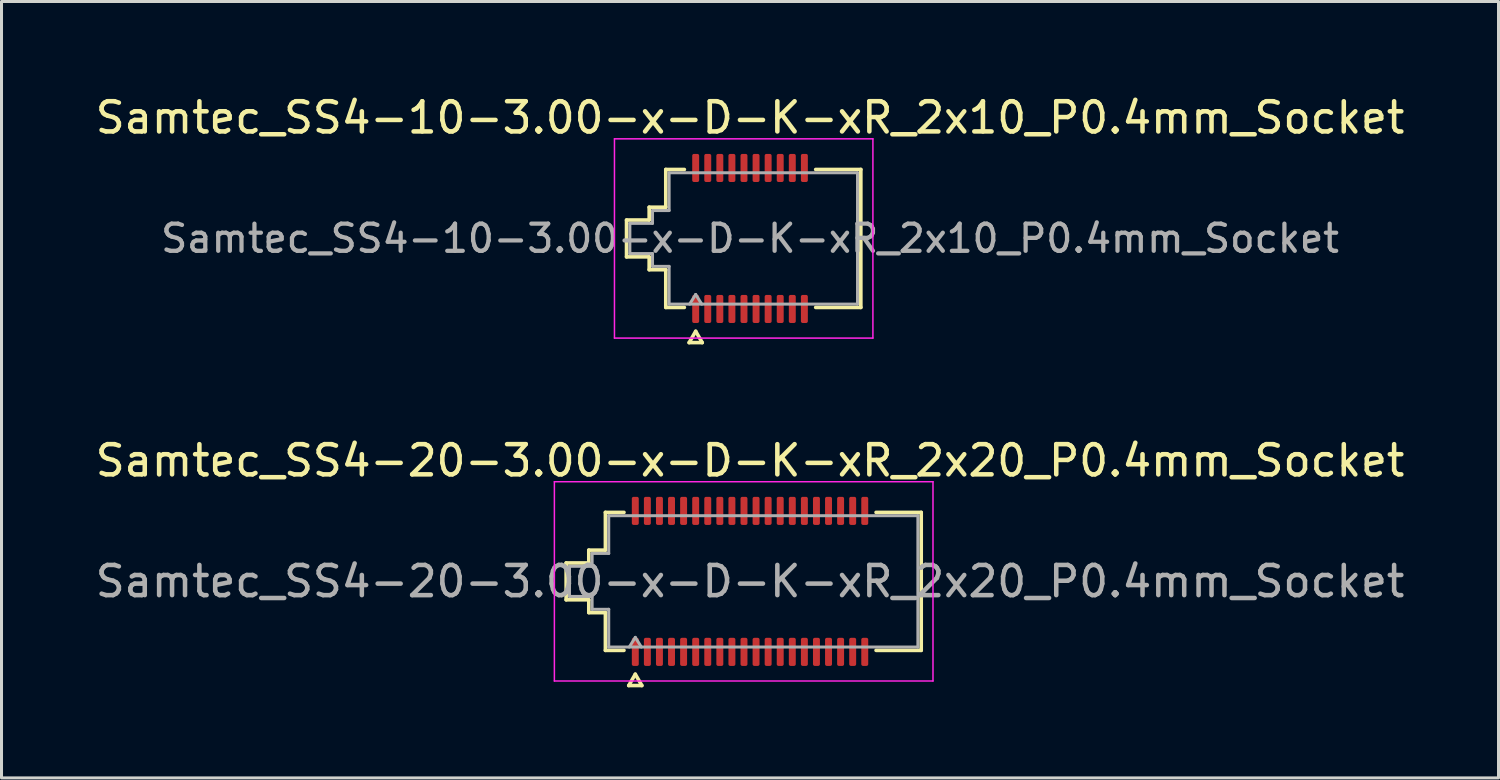
<source format=kicad_pcb>
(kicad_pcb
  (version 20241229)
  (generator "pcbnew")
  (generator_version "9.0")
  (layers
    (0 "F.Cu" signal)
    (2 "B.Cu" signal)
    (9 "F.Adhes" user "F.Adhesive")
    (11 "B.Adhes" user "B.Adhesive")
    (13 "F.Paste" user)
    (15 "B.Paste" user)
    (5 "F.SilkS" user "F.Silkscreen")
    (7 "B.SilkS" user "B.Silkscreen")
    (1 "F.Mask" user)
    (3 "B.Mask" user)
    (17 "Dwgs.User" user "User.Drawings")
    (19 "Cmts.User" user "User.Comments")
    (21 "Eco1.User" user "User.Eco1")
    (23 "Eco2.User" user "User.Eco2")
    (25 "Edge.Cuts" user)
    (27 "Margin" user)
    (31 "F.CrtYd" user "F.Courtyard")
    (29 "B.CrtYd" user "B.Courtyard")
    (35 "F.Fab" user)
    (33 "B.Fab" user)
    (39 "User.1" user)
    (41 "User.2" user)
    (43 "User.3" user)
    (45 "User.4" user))
  (footprint "Samtec_SS4-20-3.00-x-D-K-xR_2x20_P0.4mm_Socket"
    (layer "F.Cu")
    (at 21.792 16.206)
    (property "Reference" "Samtec_SS4-20-3.00-x-D-K-xR_2x20_P0.4mm_Socket" (at 0 -4 0) (layer "F.SilkS") (effects (font (size 1 1) (thickness 0.15))))
    (attr smd)
    (fp_line (start -6.09 -0.61) (end -5.34 -0.61) (stroke (width 0.12) (type solid)) (layer "F.SilkS"))
    (fp_line (start -6.09 0.61) (end -6.09 -0.61) (stroke (width 0.12) (type solid)) (layer "F.SilkS"))
    (fp_line (start -5.34 -1.035) (end -4.79 -1.035) (stroke (width 0.12) (type solid)) (layer "F.SilkS"))
    (fp_line (start -5.34 -0.61) (end -5.34 -1.035) (stroke (width 0.12) (type solid)) (layer "F.SilkS"))
    (fp_line (start -5.34 0.61) (end -6.09 0.61) (stroke (width 0.12) (type solid)) (layer "F.SilkS"))
    (fp_line (start -5.34 1.035) (end -5.34 0.61) (stroke (width 0.12) (type solid)) (layer "F.SilkS"))
    (fp_line (start -4.79 -2.285) (end -4.175 -2.285) (stroke (width 0.12) (type solid)) (layer "F.SilkS"))
    (fp_line (start -4.79 -1.035) (end -4.79 -2.285) (stroke (width 0.12) (type solid)) (layer "F.SilkS"))
    (fp_line (start -4.79 1.035) (end -5.34 1.035) (stroke (width 0.12) (type solid)) (layer "F.SilkS"))
    (fp_line (start -4.79 2.285) (end -4.79 1.035) (stroke (width 0.12) (type solid)) (layer "F.SilkS"))
    (fp_line (start -4.175 2.285) (end -4.79 2.285) (stroke (width 0.12) (type solid)) (layer "F.SilkS"))
    (fp_line (start -4.017 3.45) (end -3.8 3.075) (stroke (width 0.12) (type solid)) (layer "F.SilkS"))
    (fp_line (start -3.8 3.075) (end -3.583 3.45) (stroke (width 0.12) (type solid)) (layer "F.SilkS"))
    (fp_line (start -3.583 3.45) (end -4.017 3.45) (stroke (width 0.12) (type solid)) (layer "F.SilkS"))
    (fp_line (start 4.175 -2.285) (end 5.67 -2.285) (stroke (width 0.12) (type solid)) (layer "F.SilkS"))
    (fp_line (start 5.67 -2.285) (end 5.67 2.285) (stroke (width 0.12) (type solid)) (layer "F.SilkS"))
    (fp_line (start 5.67 2.285) (end 4.175 2.285) (stroke (width 0.12) (type solid)) (layer "F.SilkS"))
    (fp_line (start -6.48 -3.3) (end -6.48 3.3) (stroke (width 0.05) (type solid)) (layer "F.CrtYd"))
    (fp_line (start -6.48 3.3) (end 6.06 3.3) (stroke (width 0.05) (type solid)) (layer "F.CrtYd"))
    (fp_line (start 6.06 -3.3) (end -6.48 -3.3) (stroke (width 0.05) (type solid)) (layer "F.CrtYd"))
    (fp_line (start 6.06 3.3) (end 6.06 -3.3) (stroke (width 0.05) (type solid)) (layer "F.CrtYd"))
    (fp_line (start -5.98 -0.5) (end -5.23 -0.5) (stroke (width 0.1) (type solid)) (layer "F.Fab"))
    (fp_line (start -5.98 0.5) (end -5.98 -0.5) (stroke (width 0.1) (type solid)) (layer "F.Fab"))
    (fp_line (start -5.23 -0.925) (end -4.68 -0.925) (stroke (width 0.1) (type solid)) (layer "F.Fab"))
    (fp_line (start -5.23 -0.5) (end -5.23 -0.925) (stroke (width 0.1) (type solid)) (layer "F.Fab"))
    (fp_line (start -5.23 0.5) (end -5.98 0.5) (stroke (width 0.1) (type solid)) (layer "F.Fab"))
    (fp_line (start -5.23 0.925) (end -5.23 0.5) (stroke (width 0.1) (type solid)) (layer "F.Fab"))
    (fp_line (start -4.68 -2.175) (end 5.56 -2.175) (stroke (width 0.1) (type solid)) (layer "F.Fab"))
    (fp_line (start -4.68 -0.925) (end -4.68 -2.175) (stroke (width 0.1) (type solid)) (layer "F.Fab"))
    (fp_line (start -4.68 0.925) (end -5.23 0.925) (stroke (width 0.1) (type solid)) (layer "F.Fab"))
    (fp_line (start -4.68 2.175) (end -4.68 0.925) (stroke (width 0.1) (type solid)) (layer "F.Fab"))
    (fp_line (start -4 2.175) (end -3.8 1.855) (stroke (width 0.1) (type solid)) (layer "F.Fab"))
    (fp_line (start -3.8 1.855) (end -3.6 2.175) (stroke (width 0.1) (type solid)) (layer "F.Fab"))
    (fp_line (start 5.56 -2.175) (end 5.56 2.175) (stroke (width 0.1) (type solid)) (layer "F.Fab"))
    (fp_line (start 5.56 2.175) (end -4.68 2.175) (stroke (width 0.1) (type solid)) (layer "F.Fab"))
    (fp_text user "${REFERENCE}" (at 0 0 0) (layer "F.Fab") (effects (font (size 1 1) (thickness 0.15))))
    (pad "1" smd roundrect (at -3.8 2.335) (size 0.23 0.93) (layers "F.Cu" "F.Mask" "F.Paste") (roundrect_rratio 0.25))
    (pad "2" smd roundrect (at -3.8 -2.335) (size 0.23 0.93) (layers "F.Cu" "F.Mask" "F.Paste") (roundrect_rratio 0.25))
    (pad "3" smd roundrect (at -3.4 2.335) (size 0.23 0.93) (layers "F.Cu" "F.Mask" "F.Paste") (roundrect_rratio 0.25))
    (pad "4" smd roundrect (at -3.4 -2.335) (size 0.23 0.93) (layers "F.Cu" "F.Mask" "F.Paste") (roundrect_rratio 0.25))
    (pad "5" smd roundrect (at -3 2.335) (size 0.23 0.93) (layers "F.Cu" "F.Mask" "F.Paste") (roundrect_rratio 0.25))
    (pad "6" smd roundrect (at -3 -2.335) (size 0.23 0.93) (layers "F.Cu" "F.Mask" "F.Paste") (roundrect_rratio 0.25))
    (pad "7" smd roundrect (at -2.6 2.335) (size 0.23 0.93) (layers "F.Cu" "F.Mask" "F.Paste") (roundrect_rratio 0.25))
    (pad "8" smd roundrect (at -2.6 -2.335) (size 0.23 0.93) (layers "F.Cu" "F.Mask" "F.Paste") (roundrect_rratio 0.25))
    (pad "9" smd roundrect (at -2.2 2.335) (size 0.23 0.93) (layers "F.Cu" "F.Mask" "F.Paste") (roundrect_rratio 0.25))
    (pad "10" smd roundrect (at -2.2 -2.335) (size 0.23 0.93) (layers "F.Cu" "F.Mask" "F.Paste") (roundrect_rratio 0.25))
    (pad "11" smd roundrect (at -1.8 2.335) (size 0.23 0.93) (layers "F.Cu" "F.Mask" "F.Paste") (roundrect_rratio 0.25))
    (pad "12" smd roundrect (at -1.8 -2.335) (size 0.23 0.93) (layers "F.Cu" "F.Mask" "F.Paste") (roundrect_rratio 0.25))
    (pad "13" smd roundrect (at -1.4 2.335) (size 0.23 0.93) (layers "F.Cu" "F.Mask" "F.Paste") (roundrect_rratio 0.25))
    (pad "14" smd roundrect (at -1.4 -2.335) (size 0.23 0.93) (layers "F.Cu" "F.Mask" "F.Paste") (roundrect_rratio 0.25))
    (pad "15" smd roundrect (at -1 2.335) (size 0.23 0.93) (layers "F.Cu" "F.Mask" "F.Paste") (roundrect_rratio 0.25))
    (pad "16" smd roundrect (at -1 -2.335) (size 0.23 0.93) (layers "F.Cu" "F.Mask" "F.Paste") (roundrect_rratio 0.25))
    (pad "17" smd roundrect (at -0.6 2.335) (size 0.23 0.93) (layers "F.Cu" "F.Mask" "F.Paste") (roundrect_rratio 0.25))
    (pad "18" smd roundrect (at -0.6 -2.335) (size 0.23 0.93) (layers "F.Cu" "F.Mask" "F.Paste") (roundrect_rratio 0.25))
    (pad "19" smd roundrect (at -0.2 2.335) (size 0.23 0.93) (layers "F.Cu" "F.Mask" "F.Paste") (roundrect_rratio 0.25))
    (pad "20" smd roundrect (at -0.2 -2.335) (size 0.23 0.93) (layers "F.Cu" "F.Mask" "F.Paste") (roundrect_rratio 0.25))
    (pad "21" smd roundrect (at 0.2 2.335) (size 0.23 0.93) (layers "F.Cu" "F.Mask" "F.Paste") (roundrect_rratio 0.25))
    (pad "22" smd roundrect (at 0.2 -2.335) (size 0.23 0.93) (layers "F.Cu" "F.Mask" "F.Paste") (roundrect_rratio 0.25))
    (pad "23" smd roundrect (at 0.6 2.335) (size 0.23 0.93) (layers "F.Cu" "F.Mask" "F.Paste") (roundrect_rratio 0.25))
    (pad "24" smd roundrect (at 0.6 -2.335) (size 0.23 0.93) (layers "F.Cu" "F.Mask" "F.Paste") (roundrect_rratio 0.25))
    (pad "25" smd roundrect (at 1 2.335) (size 0.23 0.93) (layers "F.Cu" "F.Mask" "F.Paste") (roundrect_rratio 0.25))
    (pad "26" smd roundrect (at 1 -2.335) (size 0.23 0.93) (layers "F.Cu" "F.Mask" "F.Paste") (roundrect_rratio 0.25))
    (pad "27" smd roundrect (at 1.4 2.335) (size 0.23 0.93) (layers "F.Cu" "F.Mask" "F.Paste") (roundrect_rratio 0.25))
    (pad "28" smd roundrect (at 1.4 -2.335) (size 0.23 0.93) (layers "F.Cu" "F.Mask" "F.Paste") (roundrect_rratio 0.25))
    (pad "29" smd roundrect (at 1.8 2.335) (size 0.23 0.93) (layers "F.Cu" "F.Mask" "F.Paste") (roundrect_rratio 0.25))
    (pad "30" smd roundrect (at 1.8 -2.335) (size 0.23 0.93) (layers "F.Cu" "F.Mask" "F.Paste") (roundrect_rratio 0.25))
    (pad "31" smd roundrect (at 2.2 2.335) (size 0.23 0.93) (layers "F.Cu" "F.Mask" "F.Paste") (roundrect_rratio 0.25))
    (pad "32" smd roundrect (at 2.2 -2.335) (size 0.23 0.93) (layers "F.Cu" "F.Mask" "F.Paste") (roundrect_rratio 0.25))
    (pad "33" smd roundrect (at 2.6 2.335) (size 0.23 0.93) (layers "F.Cu" "F.Mask" "F.Paste") (roundrect_rratio 0.25))
    (pad "34" smd roundrect (at 2.6 -2.335) (size 0.23 0.93) (layers "F.Cu" "F.Mask" "F.Paste") (roundrect_rratio 0.25))
    (pad "35" smd roundrect (at 3 2.335) (size 0.23 0.93) (layers "F.Cu" "F.Mask" "F.Paste") (roundrect_rratio 0.25))
    (pad "36" smd roundrect (at 3 -2.335) (size 0.23 0.93) (layers "F.Cu" "F.Mask" "F.Paste") (roundrect_rratio 0.25))
    (pad "37" smd roundrect (at 3.4 2.335) (size 0.23 0.93) (layers "F.Cu" "F.Mask" "F.Paste") (roundrect_rratio 0.25))
    (pad "38" smd roundrect (at 3.4 -2.335) (size 0.23 0.93) (layers "F.Cu" "F.Mask" "F.Paste") (roundrect_rratio 0.25))
    (pad "39" smd roundrect (at 3.8 2.335) (size 0.23 0.93) (layers "F.Cu" "F.Mask" "F.Paste") (roundrect_rratio 0.25))
    (pad "40" smd roundrect (at 3.8 -2.335) (size 0.23 0.93) (layers "F.Cu" "F.Mask" "F.Paste") (roundrect_rratio 0.25))
    (zone (net_name "") (layer "F.Cu") (name "Via keepout") (hatch edge 0.5) (connect_pads) (min_thickness 0.25) (filled_areas_thickness no) (keepout (tracks not_allowed) (vias not_allowed) (pads allowed) (copperpour not_allowed) (footprints allowed)) (placement (enabled no)) (fill) (polygon (pts (xy 17.877 14.336) (xy 25.707 14.336) (xy 25.707 18.076) (xy 17.877 18.076)))))
  (footprint "Samtec_SS4-10-3.00-x-D-K-xR_2x10_P0.4mm_Socket"
    (layer "F.Cu")
    (at 21.792 4.848)
    (property "Reference" "Samtec_SS4-10-3.00-x-D-K-xR_2x10_P0.4mm_Socket" (at 0 -4 0) (layer "F.SilkS") (effects (font (size 1 1) (thickness 0.15))))
    (attr smd)
    (fp_line (start -4.09 -0.61) (end -3.34 -0.61) (stroke (width 0.12) (type solid)) (layer "F.SilkS"))
    (fp_line (start -4.09 0.61) (end -4.09 -0.61) (stroke (width 0.12) (type solid)) (layer "F.SilkS"))
    (fp_line (start -3.34 -1.035) (end -2.79 -1.035) (stroke (width 0.12) (type solid)) (layer "F.SilkS"))
    (fp_line (start -3.34 -0.61) (end -3.34 -1.035) (stroke (width 0.12) (type solid)) (layer "F.SilkS"))
    (fp_line (start -3.34 0.61) (end -4.09 0.61) (stroke (width 0.12) (type solid)) (layer "F.SilkS"))
    (fp_line (start -3.34 1.035) (end -3.34 0.61) (stroke (width 0.12) (type solid)) (layer "F.SilkS"))
    (fp_line (start -2.79 -2.285) (end -2.175 -2.285) (stroke (width 0.12) (type solid)) (layer "F.SilkS"))
    (fp_line (start -2.79 -1.035) (end -2.79 -2.285) (stroke (width 0.12) (type solid)) (layer "F.SilkS"))
    (fp_line (start -2.79 1.035) (end -3.34 1.035) (stroke (width 0.12) (type solid)) (layer "F.SilkS"))
    (fp_line (start -2.79 2.285) (end -2.79 1.035) (stroke (width 0.12) (type solid)) (layer "F.SilkS"))
    (fp_line (start -2.175 2.285) (end -2.79 2.285) (stroke (width 0.12) (type solid)) (layer "F.SilkS"))
    (fp_line (start -2.017 3.45) (end -1.8 3.075) (stroke (width 0.12) (type solid)) (layer "F.SilkS"))
    (fp_line (start -1.8 3.075) (end -1.583 3.45) (stroke (width 0.12) (type solid)) (layer "F.SilkS"))
    (fp_line (start -1.583 3.45) (end -2.017 3.45) (stroke (width 0.12) (type solid)) (layer "F.SilkS"))
    (fp_line (start 2.175 -2.285) (end 3.67 -2.285) (stroke (width 0.12) (type solid)) (layer "F.SilkS"))
    (fp_line (start 3.67 -2.285) (end 3.67 2.285) (stroke (width 0.12) (type solid)) (layer "F.SilkS"))
    (fp_line (start 3.67 2.285) (end 2.175 2.285) (stroke (width 0.12) (type solid)) (layer "F.SilkS"))
    (fp_line (start -4.49 -3.3) (end -4.49 3.3) (stroke (width 0.05) (type solid)) (layer "F.CrtYd"))
    (fp_line (start -4.49 3.3) (end 4.07 3.3) (stroke (width 0.05) (type solid)) (layer "F.CrtYd"))
    (fp_line (start 4.07 -3.3) (end -4.49 -3.3) (stroke (width 0.05) (type solid)) (layer "F.CrtYd"))
    (fp_line (start 4.07 3.3) (end 4.07 -3.3) (stroke (width 0.05) (type solid)) (layer "F.CrtYd"))
    (fp_line (start -3.98 -0.5) (end -3.23 -0.5) (stroke (width 0.1) (type solid)) (layer "F.Fab"))
    (fp_line (start -3.98 0.5) (end -3.98 -0.5) (stroke (width 0.1) (type solid)) (layer "F.Fab"))
    (fp_line (start -3.23 -0.925) (end -2.68 -0.925) (stroke (width 0.1) (type solid)) (layer "F.Fab"))
    (fp_line (start -3.23 -0.5) (end -3.23 -0.925) (stroke (width 0.1) (type solid)) (layer "F.Fab"))
    (fp_line (start -3.23 0.5) (end -3.98 0.5) (stroke (width 0.1) (type solid)) (layer "F.Fab"))
    (fp_line (start -3.23 0.925) (end -3.23 0.5) (stroke (width 0.1) (type solid)) (layer "F.Fab"))
    (fp_line (start -2.68 -2.175) (end 3.56 -2.175) (stroke (width 0.1) (type solid)) (layer "F.Fab"))
    (fp_line (start -2.68 -0.925) (end -2.68 -2.175) (stroke (width 0.1) (type solid)) (layer "F.Fab"))
    (fp_line (start -2.68 0.925) (end -3.23 0.925) (stroke (width 0.1) (type solid)) (layer "F.Fab"))
    (fp_line (start -2.68 2.175) (end -2.68 0.925) (stroke (width 0.1) (type solid)) (layer "F.Fab"))
    (fp_line (start -2 2.175) (end -1.8 1.855) (stroke (width 0.1) (type solid)) (layer "F.Fab"))
    (fp_line (start -1.8 1.855) (end -1.6 2.175) (stroke (width 0.1) (type solid)) (layer "F.Fab"))
    (fp_line (start 3.56 -2.175) (end 3.56 2.175) (stroke (width 0.1) (type solid)) (layer "F.Fab"))
    (fp_line (start 3.56 2.175) (end -2.68 2.175) (stroke (width 0.1) (type solid)) (layer "F.Fab"))
    (fp_text user "${REFERENCE}" (at 0 0 0) (layer "F.Fab") (effects (font (size 0.9 0.9) (thickness 0.14))))
    (pad "1" smd roundrect (at -1.8 2.335) (size 0.23 0.93) (layers "F.Cu" "F.Mask" "F.Paste") (roundrect_rratio 0.25))
    (pad "2" smd roundrect (at -1.8 -2.335) (size 0.23 0.93) (layers "F.Cu" "F.Mask" "F.Paste") (roundrect_rratio 0.25))
    (pad "3" smd roundrect (at -1.4 2.335) (size 0.23 0.93) (layers "F.Cu" "F.Mask" "F.Paste") (roundrect_rratio 0.25))
    (pad "4" smd roundrect (at -1.4 -2.335) (size 0.23 0.93) (layers "F.Cu" "F.Mask" "F.Paste") (roundrect_rratio 0.25))
    (pad "5" smd roundrect (at -1 2.335) (size 0.23 0.93) (layers "F.Cu" "F.Mask" "F.Paste") (roundrect_rratio 0.25))
    (pad "6" smd roundrect (at -1 -2.335) (size 0.23 0.93) (layers "F.Cu" "F.Mask" "F.Paste") (roundrect_rratio 0.25))
    (pad "7" smd roundrect (at -0.6 2.335) (size 0.23 0.93) (layers "F.Cu" "F.Mask" "F.Paste") (roundrect_rratio 0.25))
    (pad "8" smd roundrect (at -0.6 -2.335) (size 0.23 0.93) (layers "F.Cu" "F.Mask" "F.Paste") (roundrect_rratio 0.25))
    (pad "9" smd roundrect (at -0.2 2.335) (size 0.23 0.93) (layers "F.Cu" "F.Mask" "F.Paste") (roundrect_rratio 0.25))
    (pad "10" smd roundrect (at -0.2 -2.335) (size 0.23 0.93) (layers "F.Cu" "F.Mask" "F.Paste") (roundrect_rratio 0.25))
    (pad "11" smd roundrect (at 0.2 2.335) (size 0.23 0.93) (layers "F.Cu" "F.Mask" "F.Paste") (roundrect_rratio 0.25))
    (pad "12" smd roundrect (at 0.2 -2.335) (size 0.23 0.93) (layers "F.Cu" "F.Mask" "F.Paste") (roundrect_rratio 0.25))
    (pad "13" smd roundrect (at 0.6 2.335) (size 0.23 0.93) (layers "F.Cu" "F.Mask" "F.Paste") (roundrect_rratio 0.25))
    (pad "14" smd roundrect (at 0.6 -2.335) (size 0.23 0.93) (layers "F.Cu" "F.Mask" "F.Paste") (roundrect_rratio 0.25))
    (pad "15" smd roundrect (at 1 2.335) (size 0.23 0.93) (layers "F.Cu" "F.Mask" "F.Paste") (roundrect_rratio 0.25))
    (pad "16" smd roundrect (at 1 -2.335) (size 0.23 0.93) (layers "F.Cu" "F.Mask" "F.Paste") (roundrect_rratio 0.25))
    (pad "17" smd roundrect (at 1.4 2.335) (size 0.23 0.93) (layers "F.Cu" "F.Mask" "F.Paste") (roundrect_rratio 0.25))
    (pad "18" smd roundrect (at 1.4 -2.335) (size 0.23 0.93) (layers "F.Cu" "F.Mask" "F.Paste") (roundrect_rratio 0.25))
    (pad "19" smd roundrect (at 1.8 2.335) (size 0.23 0.93) (layers "F.Cu" "F.Mask" "F.Paste") (roundrect_rratio 0.25))
    (pad "20" smd roundrect (at 1.8 -2.335) (size 0.23 0.93) (layers "F.Cu" "F.Mask" "F.Paste") (roundrect_rratio 0.25))
    (zone (net_name "") (layer "F.Cu") (name "Via keepout") (hatch edge 0.5) (connect_pads) (min_thickness 0.25) (filled_areas_thickness no) (keepout (tracks not_allowed) (vias not_allowed) (pads allowed) (copperpour not_allowed) (footprints allowed)) (placement (enabled no)) (fill) (polygon (pts (xy 19.877 2.978) (xy 23.707 2.978) (xy 23.707 6.718) (xy 19.877 6.718)))))
  (gr_rect
    (start -3 -3)
    (end 46.583 22.716)
    (stroke (width 0.1) (type default))
    (fill no)
    (layer "Edge.Cuts")))
</source>
